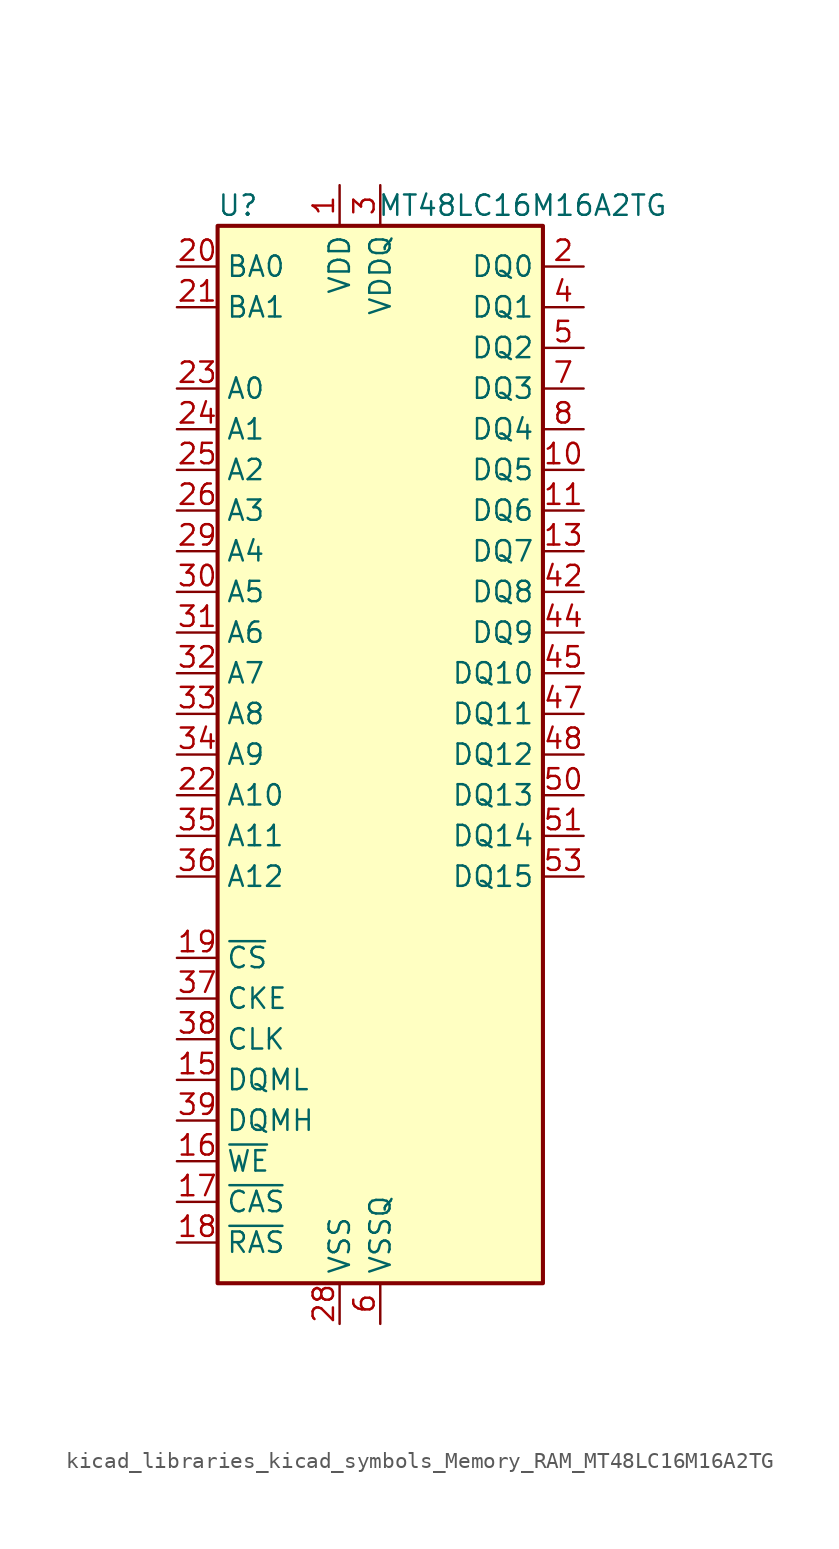
<source format=kicad_sym>
(kicad_symbol_lib
  (version 20220914)
  (generator kicad_symbol_editor)
  (symbol "kicad_libraries_kicad_symbols_Memory_RAM_MT48LC16M16A2TG"
    (property "Reference" "U"
      (at -8.89 34.29 0)
      (effects (font (size 1.27 1.27))))
    (property "Value" "MT48LC16M16A2TG"
      (at 8.89 34.29 0)
      (effects (font (size 1.27 1.27))))
    (symbol "kicad_libraries_kicad_symbols_Memory_RAM_MT48LC16M16A2TG_0_1"
      (rectangle (start -10.16 33.02) (end 10.16 -33.02) (stroke (width 0.254) (type default)) (fill (type background))))
    (symbol "kicad_libraries_kicad_symbols_Memory_RAM_MT48LC16M16A2TG_1_1"
      (pin power_in line (at -2.54 35.56 270) (length 2.54) (name "VDD" (effects (font (size 1.27 1.27)))) (number "1" (effects (font (size 1.27 1.27)))))
      (pin bidirectional line (at 12.7 17.78 180) (length 2.54) (name "DQ5" (effects (font (size 1.27 1.27)))) (number "10" (effects (font (size 1.27 1.27)))))
      (pin bidirectional line (at 12.7 15.24 180) (length 2.54) (name "DQ6" (effects (font (size 1.27 1.27)))) (number "11" (effects (font (size 1.27 1.27)))))
      (pin passive line (at 0 -35.56 90) (length 2.54) hide (name "VSSQ" (effects (font (size 1.27 1.27)))) (number "12" (effects (font (size 1.27 1.27)))))
      (pin bidirectional line (at 12.7 12.7 180) (length 2.54) (name "DQ7" (effects (font (size 1.27 1.27)))) (number "13" (effects (font (size 1.27 1.27)))))
      (pin passive line (at -2.54 35.56 270) (length 2.54) hide (name "VDD" (effects (font (size 1.27 1.27)))) (number "14" (effects (font (size 1.27 1.27)))))
      (pin input line (at -12.7 -20.32 0) (length 2.54) (name "DQML" (effects (font (size 1.27 1.27)))) (number "15" (effects (font (size 1.27 1.27)))))
      (pin input line (at -12.7 -25.4 0) (length 2.54) (name "~{WE}" (effects (font (size 1.27 1.27)))) (number "16" (effects (font (size 1.27 1.27)))))
      (pin input line (at -12.7 -27.94 0) (length 2.54) (name "~{CAS}" (effects (font (size 1.27 1.27)))) (number "17" (effects (font (size 1.27 1.27)))))
      (pin input line (at -12.7 -30.48 0) (length 2.54) (name "~{RAS}" (effects (font (size 1.27 1.27)))) (number "18" (effects (font (size 1.27 1.27)))))
      (pin input line (at -12.7 -12.7 0) (length 2.54) (name "~{CS}" (effects (font (size 1.27 1.27)))) (number "19" (effects (font (size 1.27 1.27)))))
      (pin bidirectional line (at 12.7 30.48 180) (length 2.54) (name "DQ0" (effects (font (size 1.27 1.27)))) (number "2" (effects (font (size 1.27 1.27)))))
      (pin input line (at -12.7 30.48 0) (length 2.54) (name "BA0" (effects (font (size 1.27 1.27)))) (number "20" (effects (font (size 1.27 1.27)))))
      (pin input line (at -12.7 27.94 0) (length 2.54) (name "BA1" (effects (font (size 1.27 1.27)))) (number "21" (effects (font (size 1.27 1.27)))))
      (pin input line (at -12.7 -2.54 0) (length 2.54) (name "A10" (effects (font (size 1.27 1.27)))) (number "22" (effects (font (size 1.27 1.27)))))
      (pin input line (at -12.7 22.86 0) (length 2.54) (name "A0" (effects (font (size 1.27 1.27)))) (number "23" (effects (font (size 1.27 1.27)))))
      (pin input line (at -12.7 20.32 0) (length 2.54) (name "A1" (effects (font (size 1.27 1.27)))) (number "24" (effects (font (size 1.27 1.27)))))
      (pin input line (at -12.7 17.78 0) (length 2.54) (name "A2" (effects (font (size 1.27 1.27)))) (number "25" (effects (font (size 1.27 1.27)))))
      (pin input line (at -12.7 15.24 0) (length 2.54) (name "A3" (effects (font (size 1.27 1.27)))) (number "26" (effects (font (size 1.27 1.27)))))
      (pin passive line (at -2.54 35.56 270) (length 2.54) hide (name "VDD" (effects (font (size 1.27 1.27)))) (number "27" (effects (font (size 1.27 1.27)))))
      (pin power_in line (at -2.54 -35.56 90) (length 2.54) (name "VSS" (effects (font (size 1.27 1.27)))) (number "28" (effects (font (size 1.27 1.27)))))
      (pin input line (at -12.7 12.7 0) (length 2.54) (name "A4" (effects (font (size 1.27 1.27)))) (number "29" (effects (font (size 1.27 1.27)))))
      (pin power_in line (at 0 35.56 270) (length 2.54) (name "VDDQ" (effects (font (size 1.27 1.27)))) (number "3" (effects (font (size 1.27 1.27)))))
      (pin input line (at -12.7 10.16 0) (length 2.54) (name "A5" (effects (font (size 1.27 1.27)))) (number "30" (effects (font (size 1.27 1.27)))))
      (pin input line (at -12.7 7.62 0) (length 2.54) (name "A6" (effects (font (size 1.27 1.27)))) (number "31" (effects (font (size 1.27 1.27)))))
      (pin input line (at -12.7 5.08 0) (length 2.54) (name "A7" (effects (font (size 1.27 1.27)))) (number "32" (effects (font (size 1.27 1.27)))))
      (pin input line (at -12.7 2.54 0) (length 2.54) (name "A8" (effects (font (size 1.27 1.27)))) (number "33" (effects (font (size 1.27 1.27)))))
      (pin input line (at -12.7 0 0) (length 2.54) (name "A9" (effects (font (size 1.27 1.27)))) (number "34" (effects (font (size 1.27 1.27)))))
      (pin input line (at -12.7 -5.08 0) (length 2.54) (name "A11" (effects (font (size 1.27 1.27)))) (number "35" (effects (font (size 1.27 1.27)))))
      (pin input line (at -12.7 -7.62 0) (length 2.54) (name "A12" (effects (font (size 1.27 1.27)))) (number "36" (effects (font (size 1.27 1.27)))))
      (pin input line (at -12.7 -15.24 0) (length 2.54) (name "CKE" (effects (font (size 1.27 1.27)))) (number "37" (effects (font (size 1.27 1.27)))))
      (pin input line (at -12.7 -17.78 0) (length 2.54) (name "CLK" (effects (font (size 1.27 1.27)))) (number "38" (effects (font (size 1.27 1.27)))))
      (pin input line (at -12.7 -22.86 0) (length 2.54) (name "DQMH" (effects (font (size 1.27 1.27)))) (number "39" (effects (font (size 1.27 1.27)))))
      (pin bidirectional line (at 12.7 27.94 180) (length 2.54) (name "DQ1" (effects (font (size 1.27 1.27)))) (number "4" (effects (font (size 1.27 1.27)))))
      (pin no_connect line (at 10.16 -20.32 180) (length 2.54) hide (name "NC" (effects (font (size 1.27 1.27)))) (number "40" (effects (font (size 1.27 1.27)))))
      (pin passive line (at -2.54 -35.56 90) (length 2.54) hide (name "VSS" (effects (font (size 1.27 1.27)))) (number "41" (effects (font (size 1.27 1.27)))))
      (pin bidirectional line (at 12.7 10.16 180) (length 2.54) (name "DQ8" (effects (font (size 1.27 1.27)))) (number "42" (effects (font (size 1.27 1.27)))))
      (pin passive line (at 0 35.56 270) (length 2.54) hide (name "VDDQ" (effects (font (size 1.27 1.27)))) (number "43" (effects (font (size 1.27 1.27)))))
      (pin bidirectional line (at 12.7 7.62 180) (length 2.54) (name "DQ9" (effects (font (size 1.27 1.27)))) (number "44" (effects (font (size 1.27 1.27)))))
      (pin bidirectional line (at 12.7 5.08 180) (length 2.54) (name "DQ10" (effects (font (size 1.27 1.27)))) (number "45" (effects (font (size 1.27 1.27)))))
      (pin passive line (at 0 -35.56 90) (length 2.54) hide (name "VSSQ" (effects (font (size 1.27 1.27)))) (number "46" (effects (font (size 1.27 1.27)))))
      (pin bidirectional line (at 12.7 2.54 180) (length 2.54) (name "DQ11" (effects (font (size 1.27 1.27)))) (number "47" (effects (font (size 1.27 1.27)))))
      (pin bidirectional line (at 12.7 0 180) (length 2.54) (name "DQ12" (effects (font (size 1.27 1.27)))) (number "48" (effects (font (size 1.27 1.27)))))
      (pin passive line (at 0 35.56 270) (length 2.54) hide (name "VDDQ" (effects (font (size 1.27 1.27)))) (number "49" (effects (font (size 1.27 1.27)))))
      (pin bidirectional line (at 12.7 25.4 180) (length 2.54) (name "DQ2" (effects (font (size 1.27 1.27)))) (number "5" (effects (font (size 1.27 1.27)))))
      (pin bidirectional line (at 12.7 -2.54 180) (length 2.54) (name "DQ13" (effects (font (size 1.27 1.27)))) (number "50" (effects (font (size 1.27 1.27)))))
      (pin bidirectional line (at 12.7 -5.08 180) (length 2.54) (name "DQ14" (effects (font (size 1.27 1.27)))) (number "51" (effects (font (size 1.27 1.27)))))
      (pin passive line (at 0 -35.56 90) (length 2.54) hide (name "VSSQ" (effects (font (size 1.27 1.27)))) (number "52" (effects (font (size 1.27 1.27)))))
      (pin bidirectional line (at 12.7 -7.62 180) (length 2.54) (name "DQ15" (effects (font (size 1.27 1.27)))) (number "53" (effects (font (size 1.27 1.27)))))
      (pin passive line (at -2.54 -35.56 90) (length 2.54) hide (name "VSS" (effects (font (size 1.27 1.27)))) (number "54" (effects (font (size 1.27 1.27)))))
      (pin power_in line (at 0 -35.56 90) (length 2.54) (name "VSSQ" (effects (font (size 1.27 1.27)))) (number "6" (effects (font (size 1.27 1.27)))))
      (pin bidirectional line (at 12.7 22.86 180) (length 2.54) (name "DQ3" (effects (font (size 1.27 1.27)))) (number "7" (effects (font (size 1.27 1.27)))))
      (pin bidirectional line (at 12.7 20.32 180) (length 2.54) (name "DQ4" (effects (font (size 1.27 1.27)))) (number "8" (effects (font (size 1.27 1.27)))))
      (pin passive line (at 0 35.56 270) (length 2.54) hide (name "VDDQ" (effects (font (size 1.27 1.27)))) (number "9" (effects (font (size 1.27 1.27))))))))
</source>
